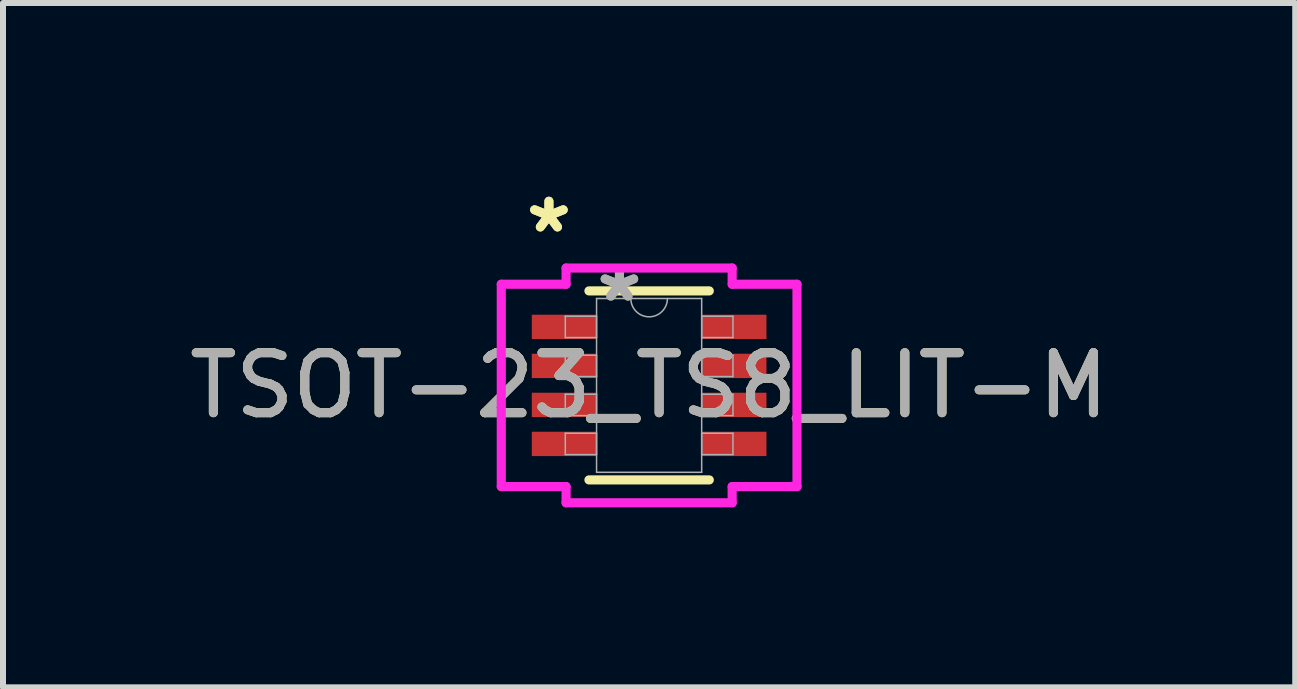
<source format=kicad_pcb>
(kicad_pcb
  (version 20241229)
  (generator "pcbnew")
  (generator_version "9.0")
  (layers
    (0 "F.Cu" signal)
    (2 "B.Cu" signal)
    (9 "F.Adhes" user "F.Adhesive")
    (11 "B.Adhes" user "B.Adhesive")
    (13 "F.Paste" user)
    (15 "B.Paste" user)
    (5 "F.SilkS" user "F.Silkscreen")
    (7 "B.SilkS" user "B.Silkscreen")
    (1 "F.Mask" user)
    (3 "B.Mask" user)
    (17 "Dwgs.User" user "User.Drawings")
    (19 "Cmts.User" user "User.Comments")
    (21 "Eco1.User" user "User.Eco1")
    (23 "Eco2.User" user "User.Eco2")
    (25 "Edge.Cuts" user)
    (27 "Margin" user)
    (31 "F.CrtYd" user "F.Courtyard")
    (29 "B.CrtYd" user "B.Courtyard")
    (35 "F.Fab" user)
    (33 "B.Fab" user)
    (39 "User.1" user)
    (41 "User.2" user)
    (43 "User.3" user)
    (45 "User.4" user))
  (footprint "TSOT-23_TS8_LIT-M"
    (layer "F.Cu")
    (at 7.768 3.373)
    (property "Reference" "TSOT-23_TS8_LIT-M" (at 0 0 0) (unlocked yes) (layer "F.SilkS") (effects (font (size 1 1) (thickness 0.15))))
    (attr smd)
    (fp_line (start -1.003 1.575) (end 1.003 1.575) (stroke (width 0.152) (type solid)) (layer "F.SilkS"))
    (fp_line (start 1.003 -1.575) (end -1.003 -1.575) (stroke (width 0.152) (type solid)) (layer "F.SilkS"))
    (fp_line (start -2.464 -1.686) (end -1.384 -1.686) (stroke (width 0.152) (type solid)) (layer "F.CrtYd"))
    (fp_line (start -2.464 1.686) (end -2.464 -1.686) (stroke (width 0.152) (type solid)) (layer "F.CrtYd"))
    (fp_line (start -2.464 1.686) (end -1.384 1.686) (stroke (width 0.152) (type solid)) (layer "F.CrtYd"))
    (fp_line (start -1.384 -1.956) (end 1.384 -1.956) (stroke (width 0.152) (type solid)) (layer "F.CrtYd"))
    (fp_line (start -1.384 -1.686) (end -1.384 -1.956) (stroke (width 0.152) (type solid)) (layer "F.CrtYd"))
    (fp_line (start -1.384 1.956) (end -1.384 1.686) (stroke (width 0.152) (type solid)) (layer "F.CrtYd"))
    (fp_line (start 1.384 -1.956) (end 1.384 -1.686) (stroke (width 0.152) (type solid)) (layer "F.CrtYd"))
    (fp_line (start 1.384 1.686) (end 1.384 1.956) (stroke (width 0.152) (type solid)) (layer "F.CrtYd"))
    (fp_line (start 1.384 1.956) (end -1.384 1.956) (stroke (width 0.152) (type solid)) (layer "F.CrtYd"))
    (fp_line (start 2.464 -1.686) (end 1.384 -1.686) (stroke (width 0.152) (type solid)) (layer "F.CrtYd"))
    (fp_line (start 2.464 -1.686) (end 2.464 1.686) (stroke (width 0.152) (type solid)) (layer "F.CrtYd"))
    (fp_line (start 2.464 1.686) (end 1.384 1.686) (stroke (width 0.152) (type solid)) (layer "F.CrtYd"))
    (fp_line (start -1.397 -1.153) (end -1.397 -0.797) (stroke (width 0.025) (type solid)) (layer "F.Fab"))
    (fp_line (start -1.397 -0.797) (end -0.876 -0.797) (stroke (width 0.025) (type solid)) (layer "F.Fab"))
    (fp_line (start -1.397 -0.503) (end -1.397 -0.147) (stroke (width 0.025) (type solid)) (layer "F.Fab"))
    (fp_line (start -1.397 -0.147) (end -0.876 -0.147) (stroke (width 0.025) (type solid)) (layer "F.Fab"))
    (fp_line (start -1.397 0.147) (end -1.397 0.503) (stroke (width 0.025) (type solid)) (layer "F.Fab"))
    (fp_line (start -1.397 0.503) (end -0.876 0.503) (stroke (width 0.025) (type solid)) (layer "F.Fab"))
    (fp_line (start -1.397 0.797) (end -1.397 1.153) (stroke (width 0.025) (type solid)) (layer "F.Fab"))
    (fp_line (start -1.397 1.153) (end -0.876 1.153) (stroke (width 0.025) (type solid)) (layer "F.Fab"))
    (fp_line (start -0.876 -1.448) (end -0.876 1.448) (stroke (width 0.025) (type solid)) (layer "F.Fab"))
    (fp_line (start -0.876 -1.153) (end -1.397 -1.153) (stroke (width 0.025) (type solid)) (layer "F.Fab"))
    (fp_line (start -0.876 -0.797) (end -0.876 -1.153) (stroke (width 0.025) (type solid)) (layer "F.Fab"))
    (fp_line (start -0.876 -0.503) (end -1.397 -0.503) (stroke (width 0.025) (type solid)) (layer "F.Fab"))
    (fp_line (start -0.876 -0.147) (end -0.876 -0.503) (stroke (width 0.025) (type solid)) (layer "F.Fab"))
    (fp_line (start -0.876 0.147) (end -1.397 0.147) (stroke (width 0.025) (type solid)) (layer "F.Fab"))
    (fp_line (start -0.876 0.503) (end -0.876 0.147) (stroke (width 0.025) (type solid)) (layer "F.Fab"))
    (fp_line (start -0.876 0.797) (end -1.397 0.797) (stroke (width 0.025) (type solid)) (layer "F.Fab"))
    (fp_line (start -0.876 1.153) (end -0.876 0.797) (stroke (width 0.025) (type solid)) (layer "F.Fab"))
    (fp_line (start -0.876 1.448) (end 0.876 1.448) (stroke (width 0.025) (type solid)) (layer "F.Fab"))
    (fp_line (start 0.876 -1.448) (end -0.876 -1.448) (stroke (width 0.025) (type solid)) (layer "F.Fab"))
    (fp_line (start 0.876 -1.153) (end 0.876 -0.797) (stroke (width 0.025) (type solid)) (layer "F.Fab"))
    (fp_line (start 0.876 -0.797) (end 1.397 -0.797) (stroke (width 0.025) (type solid)) (layer "F.Fab"))
    (fp_line (start 0.876 -0.503) (end 0.876 -0.147) (stroke (width 0.025) (type solid)) (layer "F.Fab"))
    (fp_line (start 0.876 -0.147) (end 1.397 -0.147) (stroke (width 0.025) (type solid)) (layer "F.Fab"))
    (fp_line (start 0.876 0.147) (end 0.876 0.503) (stroke (width 0.025) (type solid)) (layer "F.Fab"))
    (fp_line (start 0.876 0.503) (end 1.397 0.503) (stroke (width 0.025) (type solid)) (layer "F.Fab"))
    (fp_line (start 0.876 0.797) (end 0.876 1.153) (stroke (width 0.025) (type solid)) (layer "F.Fab"))
    (fp_line (start 0.876 1.153) (end 1.397 1.153) (stroke (width 0.025) (type solid)) (layer "F.Fab"))
    (fp_line (start 0.876 1.448) (end 0.876 -1.448) (stroke (width 0.025) (type solid)) (layer "F.Fab"))
    (fp_line (start 1.397 -1.153) (end 0.876 -1.153) (stroke (width 0.025) (type solid)) (layer "F.Fab"))
    (fp_line (start 1.397 -0.797) (end 1.397 -1.153) (stroke (width 0.025) (type solid)) (layer "F.Fab"))
    (fp_line (start 1.397 -0.503) (end 0.876 -0.503) (stroke (width 0.025) (type solid)) (layer "F.Fab"))
    (fp_line (start 1.397 -0.147) (end 1.397 -0.503) (stroke (width 0.025) (type solid)) (layer "F.Fab"))
    (fp_line (start 1.397 0.147) (end 0.876 0.147) (stroke (width 0.025) (type solid)) (layer "F.Fab"))
    (fp_line (start 1.397 0.503) (end 1.397 0.147) (stroke (width 0.025) (type solid)) (layer "F.Fab"))
    (fp_line (start 1.397 0.797) (end 0.876 0.797) (stroke (width 0.025) (type solid)) (layer "F.Fab"))
    (fp_line (start 1.397 1.153) (end 1.397 0.797) (stroke (width 0.025) (type solid)) (layer "F.Fab"))
    (fp_arc (start 0.3048 -1.4478) (mid 0 -1.143) (end -0.3048 -1.4478) (stroke (width 0.0254) (type solid)) (layer "F.Fab"))
    (fp_text user "*" (at -1.67 -2.524 0) (layer "F.SilkS") (effects (font (size 1 1) (thickness 0.15))))
    (fp_text user "*" (at -1.67 -2.524 0) (unlocked yes) (layer "F.SilkS") (effects (font (size 1 1) (thickness 0.15))))
    (fp_text user "*" (at -0.495 -1.372 0) (layer "F.Fab") (effects (font (size 1 1) (thickness 0.15))))
    (fp_text user "*" (at -0.495 -1.372 0) (unlocked yes) (layer "F.Fab") (effects (font (size 1 1) (thickness 0.15))))
    (fp_text user "${REFERENCE}" (at 0 0 0) (unlocked yes) (layer "F.Fab") (effects (font (size 1 1) (thickness 0.15))))
    (pad "1" smd rect (at -1.416 -0.975) (size 1.079 0.406) (layers "F.Cu" "F.Mask" "F.Paste"))
    (pad "2" smd rect (at -1.416 -0.325) (size 1.079 0.406) (layers "F.Cu" "F.Mask" "F.Paste"))
    (pad "3" smd rect (at -1.416 0.325) (size 1.079 0.406) (layers "F.Cu" "F.Mask" "F.Paste"))
    (pad "4" smd rect (at -1.416 0.975) (size 1.079 0.406) (layers "F.Cu" "F.Mask" "F.Paste"))
    (pad "5" smd rect (at 1.416 0.975) (size 1.079 0.406) (layers "F.Cu" "F.Mask" "F.Paste"))
    (pad "6" smd rect (at 1.416 0.325) (size 1.079 0.406) (layers "F.Cu" "F.Mask" "F.Paste"))
    (pad "7" smd rect (at 1.416 -0.325) (size 1.079 0.406) (layers "F.Cu" "F.Mask" "F.Paste"))
    (pad "8" smd rect (at 1.416 -0.975) (size 1.079 0.406) (layers "F.Cu" "F.Mask" "F.Paste")))
  (gr_rect
    (start -3 -3)
    (end 18.536 8.405)
    (stroke (width 0.1) (type default))
    (fill no)
    (layer "Edge.Cuts")))
</source>
